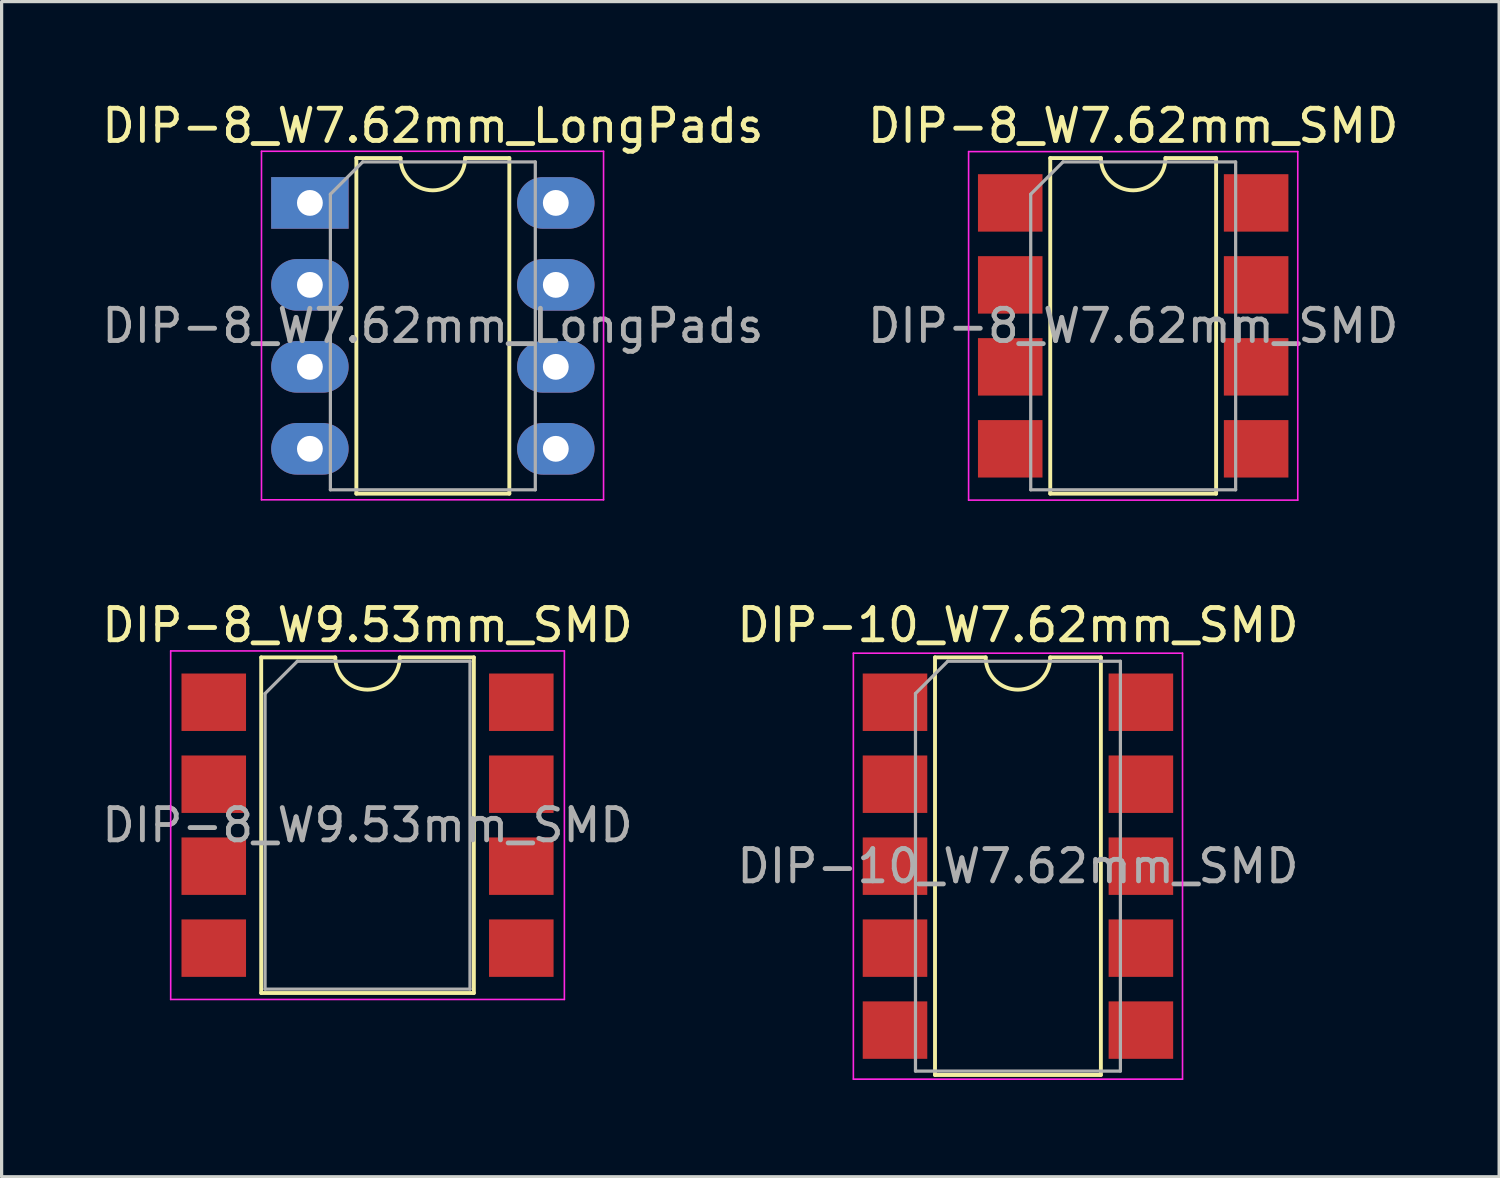
<source format=kicad_pcb>
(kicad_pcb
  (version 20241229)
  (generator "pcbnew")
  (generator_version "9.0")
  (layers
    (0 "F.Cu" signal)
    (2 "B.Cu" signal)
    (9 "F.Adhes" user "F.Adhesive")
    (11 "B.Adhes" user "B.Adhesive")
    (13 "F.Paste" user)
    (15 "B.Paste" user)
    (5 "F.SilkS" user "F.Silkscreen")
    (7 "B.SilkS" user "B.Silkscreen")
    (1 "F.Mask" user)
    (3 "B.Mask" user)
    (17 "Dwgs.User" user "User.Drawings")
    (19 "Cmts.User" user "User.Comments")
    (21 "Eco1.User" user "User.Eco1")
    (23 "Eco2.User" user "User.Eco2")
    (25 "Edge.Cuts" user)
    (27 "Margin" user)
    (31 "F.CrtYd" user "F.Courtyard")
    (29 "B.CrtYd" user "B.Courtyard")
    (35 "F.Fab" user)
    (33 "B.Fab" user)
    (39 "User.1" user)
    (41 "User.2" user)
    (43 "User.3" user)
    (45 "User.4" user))
  (footprint "DIP-10_W7.62mm_SMD"
    (layer "F.Cu")
    (at 28.494 23.791)
    (property "Reference" "DIP-10_W7.62mm_SMD" (at 0 -7.47 0) (layer "F.SilkS") (effects (font (size 1 1) (thickness 0.15))))
    (attr smd)
    (fp_line (start -2.57 -6.47) (end -2.57 6.47) (stroke (width 0.12) (type solid)) (layer "F.SilkS"))
    (fp_line (start -2.57 6.47) (end 2.57 6.47) (stroke (width 0.12) (type solid)) (layer "F.SilkS"))
    (fp_line (start -1 -6.47) (end -2.57 -6.47) (stroke (width 0.12) (type solid)) (layer "F.SilkS"))
    (fp_line (start 2.57 -6.47) (end 1 -6.47) (stroke (width 0.12) (type solid)) (layer "F.SilkS"))
    (fp_line (start 2.57 6.47) (end 2.57 -6.47) (stroke (width 0.12) (type solid)) (layer "F.SilkS"))
    (fp_arc (start 1 -6.47) (mid 0 -5.47) (end -1 -6.47) (stroke (width 0.12) (type solid)) (layer "F.SilkS"))
    (fp_line (start -5.1 -6.6) (end -5.1 6.6) (stroke (width 0.05) (type solid)) (layer "F.CrtYd"))
    (fp_line (start -5.1 6.6) (end 5.1 6.6) (stroke (width 0.05) (type solid)) (layer "F.CrtYd"))
    (fp_line (start 5.1 -6.6) (end -5.1 -6.6) (stroke (width 0.05) (type solid)) (layer "F.CrtYd"))
    (fp_line (start 5.1 6.6) (end 5.1 -6.6) (stroke (width 0.05) (type solid)) (layer "F.CrtYd"))
    (fp_line (start -3.175 -5.35) (end -2.175 -6.35) (stroke (width 0.1) (type solid)) (layer "F.Fab"))
    (fp_line (start -3.175 6.35) (end -3.175 -5.35) (stroke (width 0.1) (type solid)) (layer "F.Fab"))
    (fp_line (start -2.175 -6.35) (end 3.175 -6.35) (stroke (width 0.1) (type solid)) (layer "F.Fab"))
    (fp_line (start 3.175 -6.35) (end 3.175 6.35) (stroke (width 0.1) (type solid)) (layer "F.Fab"))
    (fp_line (start 3.175 6.35) (end -3.175 6.35) (stroke (width 0.1) (type solid)) (layer "F.Fab"))
    (fp_text user "${REFERENCE}" (at 0 0 0) (layer "F.Fab") (effects (font (size 1 1) (thickness 0.15))))
    (pad "1" smd rect (at -3.81 -5.08) (size 2 1.78) (layers "F.Cu" "F.Mask" "F.Paste"))
    (pad "2" smd rect (at -3.81 -2.54) (size 2 1.78) (layers "F.Cu" "F.Mask" "F.Paste"))
    (pad "3" smd rect (at -3.81 0) (size 2 1.78) (layers "F.Cu" "F.Mask" "F.Paste"))
    (pad "4" smd rect (at -3.81 2.54) (size 2 1.78) (layers "F.Cu" "F.Mask" "F.Paste"))
    (pad "5" smd rect (at -3.81 5.08) (size 2 1.78) (layers "F.Cu" "F.Mask" "F.Paste"))
    (pad "6" smd rect (at 3.81 5.08) (size 2 1.78) (layers "F.Cu" "F.Mask" "F.Paste"))
    (pad "7" smd rect (at 3.81 2.54) (size 2 1.78) (layers "F.Cu" "F.Mask" "F.Paste"))
    (pad "8" smd rect (at 3.81 0) (size 2 1.78) (layers "F.Cu" "F.Mask" "F.Paste"))
    (pad "9" smd rect (at 3.81 -2.54) (size 2 1.78) (layers "F.Cu" "F.Mask" "F.Paste"))
    (pad "10" smd rect (at 3.81 -5.08) (size 2 1.78) (layers "F.Cu" "F.Mask" "F.Paste")))
  (footprint "DIP-8_W9.53mm_SMD"
    (layer "F.Cu")
    (at 8.339 22.521)
    (property "Reference" "DIP-8_W9.53mm_SMD" (at 0 -6.2 0) (layer "F.SilkS") (effects (font (size 1 1) (thickness 0.15))))
    (attr smd)
    (fp_line (start -3.295 -5.2) (end -3.295 5.2) (stroke (width 0.12) (type solid)) (layer "F.SilkS"))
    (fp_line (start -3.295 5.2) (end 3.295 5.2) (stroke (width 0.12) (type solid)) (layer "F.SilkS"))
    (fp_line (start -1 -5.2) (end -3.295 -5.2) (stroke (width 0.12) (type solid)) (layer "F.SilkS"))
    (fp_line (start 3.295 -5.2) (end 1 -5.2) (stroke (width 0.12) (type solid)) (layer "F.SilkS"))
    (fp_line (start 3.295 5.2) (end 3.295 -5.2) (stroke (width 0.12) (type solid)) (layer "F.SilkS"))
    (fp_arc (start 1 -5.2) (mid 0 -4.2) (end -1 -5.2) (stroke (width 0.12) (type solid)) (layer "F.SilkS"))
    (fp_line (start -6.1 -5.4) (end -6.1 5.4) (stroke (width 0.05) (type solid)) (layer "F.CrtYd"))
    (fp_line (start -6.1 5.4) (end 6.1 5.4) (stroke (width 0.05) (type solid)) (layer "F.CrtYd"))
    (fp_line (start 6.1 -5.4) (end -6.1 -5.4) (stroke (width 0.05) (type solid)) (layer "F.CrtYd"))
    (fp_line (start 6.1 5.4) (end 6.1 -5.4) (stroke (width 0.05) (type solid)) (layer "F.CrtYd"))
    (fp_line (start -3.175 -4.08) (end -2.175 -5.08) (stroke (width 0.1) (type solid)) (layer "F.Fab"))
    (fp_line (start -3.175 5.08) (end -3.175 -4.08) (stroke (width 0.1) (type solid)) (layer "F.Fab"))
    (fp_line (start -2.175 -5.08) (end 3.175 -5.08) (stroke (width 0.1) (type solid)) (layer "F.Fab"))
    (fp_line (start 3.175 -5.08) (end 3.175 5.08) (stroke (width 0.1) (type solid)) (layer "F.Fab"))
    (fp_line (start 3.175 5.08) (end -3.175 5.08) (stroke (width 0.1) (type solid)) (layer "F.Fab"))
    (fp_text user "${REFERENCE}" (at 0 0 0) (layer "F.Fab") (effects (font (size 1 1) (thickness 0.15))))
    (pad "1" smd rect (at -4.765 -3.81) (size 2 1.78) (layers "F.Cu" "F.Mask" "F.Paste"))
    (pad "2" smd rect (at -4.765 -1.27) (size 2 1.78) (layers "F.Cu" "F.Mask" "F.Paste"))
    (pad "3" smd rect (at -4.765 1.27) (size 2 1.78) (layers "F.Cu" "F.Mask" "F.Paste"))
    (pad "4" smd rect (at -4.765 3.81) (size 2 1.78) (layers "F.Cu" "F.Mask" "F.Paste"))
    (pad "5" smd rect (at 4.765 3.81) (size 2 1.78) (layers "F.Cu" "F.Mask" "F.Paste"))
    (pad "6" smd rect (at 4.765 1.27) (size 2 1.78) (layers "F.Cu" "F.Mask" "F.Paste"))
    (pad "7" smd rect (at 4.765 -1.27) (size 2 1.78) (layers "F.Cu" "F.Mask" "F.Paste"))
    (pad "8" smd rect (at 4.765 -3.81) (size 2 1.78) (layers "F.Cu" "F.Mask" "F.Paste")))
  (footprint "DIP-8_W7.62mm_LongPads"
    (layer "F.Cu")
    (at 6.553 3.238)
    (property "Reference" "DIP-8_W7.62mm_LongPads" (at 3.81 -2.39 0) (layer "F.SilkS") (effects (font (size 1 1) (thickness 0.15))))
    (attr through_hole)
    (fp_line (start 1.44 -1.39) (end 1.44 9.01) (stroke (width 0.12) (type solid)) (layer "F.SilkS"))
    (fp_line (start 1.44 9.01) (end 6.18 9.01) (stroke (width 0.12) (type solid)) (layer "F.SilkS"))
    (fp_line (start 2.81 -1.39) (end 1.44 -1.39) (stroke (width 0.12) (type solid)) (layer "F.SilkS"))
    (fp_line (start 6.18 -1.39) (end 4.81 -1.39) (stroke (width 0.12) (type solid)) (layer "F.SilkS"))
    (fp_line (start 6.18 9.01) (end 6.18 -1.39) (stroke (width 0.12) (type solid)) (layer "F.SilkS"))
    (fp_arc (start 4.81 -1.39) (mid 3.81 -0.39) (end 2.81 -1.39) (stroke (width 0.12) (type solid)) (layer "F.SilkS"))
    (fp_line (start -1.5 -1.6) (end -1.5 9.2) (stroke (width 0.05) (type solid)) (layer "F.CrtYd"))
    (fp_line (start -1.5 9.2) (end 9.1 9.2) (stroke (width 0.05) (type solid)) (layer "F.CrtYd"))
    (fp_line (start 9.1 -1.6) (end -1.5 -1.6) (stroke (width 0.05) (type solid)) (layer "F.CrtYd"))
    (fp_line (start 9.1 9.2) (end 9.1 -1.6) (stroke (width 0.05) (type solid)) (layer "F.CrtYd"))
    (fp_line (start 0.635 -0.27) (end 1.635 -1.27) (stroke (width 0.1) (type solid)) (layer "F.Fab"))
    (fp_line (start 0.635 8.89) (end 0.635 -0.27) (stroke (width 0.1) (type solid)) (layer "F.Fab"))
    (fp_line (start 1.635 -1.27) (end 6.985 -1.27) (stroke (width 0.1) (type solid)) (layer "F.Fab"))
    (fp_line (start 6.985 -1.27) (end 6.985 8.89) (stroke (width 0.1) (type solid)) (layer "F.Fab"))
    (fp_line (start 6.985 8.89) (end 0.635 8.89) (stroke (width 0.1) (type solid)) (layer "F.Fab"))
    (fp_text user "${REFERENCE}" (at 3.81 3.81 0) (layer "F.Fab") (effects (font (size 1 1) (thickness 0.15))))
    (pad "1" thru_hole rect (at 0 0) (size 2.4 1.6) (drill 0.8) (layers "*.Cu" "*.Mask"))
    (pad "2" thru_hole oval (at 0 2.54) (size 2.4 1.6) (drill 0.8) (layers "*.Cu" "*.Mask"))
    (pad "3" thru_hole oval (at 0 5.08) (size 2.4 1.6) (drill 0.8) (layers "*.Cu" "*.Mask"))
    (pad "4" thru_hole oval (at 0 7.62) (size 2.4 1.6) (drill 0.8) (layers "*.Cu" "*.Mask"))
    (pad "5" thru_hole oval (at 7.62 7.62) (size 2.4 1.6) (drill 0.8) (layers "*.Cu" "*.Mask"))
    (pad "6" thru_hole oval (at 7.62 5.08) (size 2.4 1.6) (drill 0.8) (layers "*.Cu" "*.Mask"))
    (pad "7" thru_hole oval (at 7.62 2.54) (size 2.4 1.6) (drill 0.8) (layers "*.Cu" "*.Mask"))
    (pad "8" thru_hole oval (at 7.62 0) (size 2.4 1.6) (drill 0.8) (layers "*.Cu" "*.Mask")))
  (footprint "DIP-8_W7.62mm_SMD"
    (layer "F.Cu")
    (at 32.065 7.048)
    (property "Reference" "DIP-8_W7.62mm_SMD" (at 0 -6.2 0) (layer "F.SilkS") (effects (font (size 1 1) (thickness 0.15))))
    (attr smd)
    (fp_line (start -2.57 -5.2) (end -2.57 5.2) (stroke (width 0.12) (type solid)) (layer "F.SilkS"))
    (fp_line (start -2.57 5.2) (end 2.57 5.2) (stroke (width 0.12) (type solid)) (layer "F.SilkS"))
    (fp_line (start -1 -5.2) (end -2.57 -5.2) (stroke (width 0.12) (type solid)) (layer "F.SilkS"))
    (fp_line (start 2.57 -5.2) (end 1 -5.2) (stroke (width 0.12) (type solid)) (layer "F.SilkS"))
    (fp_line (start 2.57 5.2) (end 2.57 -5.2) (stroke (width 0.12) (type solid)) (layer "F.SilkS"))
    (fp_arc (start 1 -5.2) (mid 0 -4.2) (end -1 -5.2) (stroke (width 0.12) (type solid)) (layer "F.SilkS"))
    (fp_line (start -5.1 -5.4) (end -5.1 5.4) (stroke (width 0.05) (type solid)) (layer "F.CrtYd"))
    (fp_line (start -5.1 5.4) (end 5.1 5.4) (stroke (width 0.05) (type solid)) (layer "F.CrtYd"))
    (fp_line (start 5.1 -5.4) (end -5.1 -5.4) (stroke (width 0.05) (type solid)) (layer "F.CrtYd"))
    (fp_line (start 5.1 5.4) (end 5.1 -5.4) (stroke (width 0.05) (type solid)) (layer "F.CrtYd"))
    (fp_line (start -3.175 -4.08) (end -2.175 -5.08) (stroke (width 0.1) (type solid)) (layer "F.Fab"))
    (fp_line (start -3.175 5.08) (end -3.175 -4.08) (stroke (width 0.1) (type solid)) (layer "F.Fab"))
    (fp_line (start -2.175 -5.08) (end 3.175 -5.08) (stroke (width 0.1) (type solid)) (layer "F.Fab"))
    (fp_line (start 3.175 -5.08) (end 3.175 5.08) (stroke (width 0.1) (type solid)) (layer "F.Fab"))
    (fp_line (start 3.175 5.08) (end -3.175 5.08) (stroke (width 0.1) (type solid)) (layer "F.Fab"))
    (fp_text user "${REFERENCE}" (at 0 0 0) (layer "F.Fab") (effects (font (size 1 1) (thickness 0.15))))
    (pad "1" smd rect (at -3.81 -3.81) (size 2 1.78) (layers "F.Cu" "F.Mask" "F.Paste"))
    (pad "2" smd rect (at -3.81 -1.27) (size 2 1.78) (layers "F.Cu" "F.Mask" "F.Paste"))
    (pad "3" smd rect (at -3.81 1.27) (size 2 1.78) (layers "F.Cu" "F.Mask" "F.Paste"))
    (pad "4" smd rect (at -3.81 3.81) (size 2 1.78) (layers "F.Cu" "F.Mask" "F.Paste"))
    (pad "5" smd rect (at 3.81 3.81) (size 2 1.78) (layers "F.Cu" "F.Mask" "F.Paste"))
    (pad "6" smd rect (at 3.81 1.27) (size 2 1.78) (layers "F.Cu" "F.Mask" "F.Paste"))
    (pad "7" smd rect (at 3.81 -1.27) (size 2 1.78) (layers "F.Cu" "F.Mask" "F.Paste"))
    (pad "8" smd rect (at 3.81 -3.81) (size 2 1.78) (layers "F.Cu" "F.Mask" "F.Paste")))
  (gr_rect
    (start -3 -3)
    (end 43.405 33.416)
    (stroke (width 0.1) (type default))
    (fill no)
    (layer "Edge.Cuts")))
</source>
